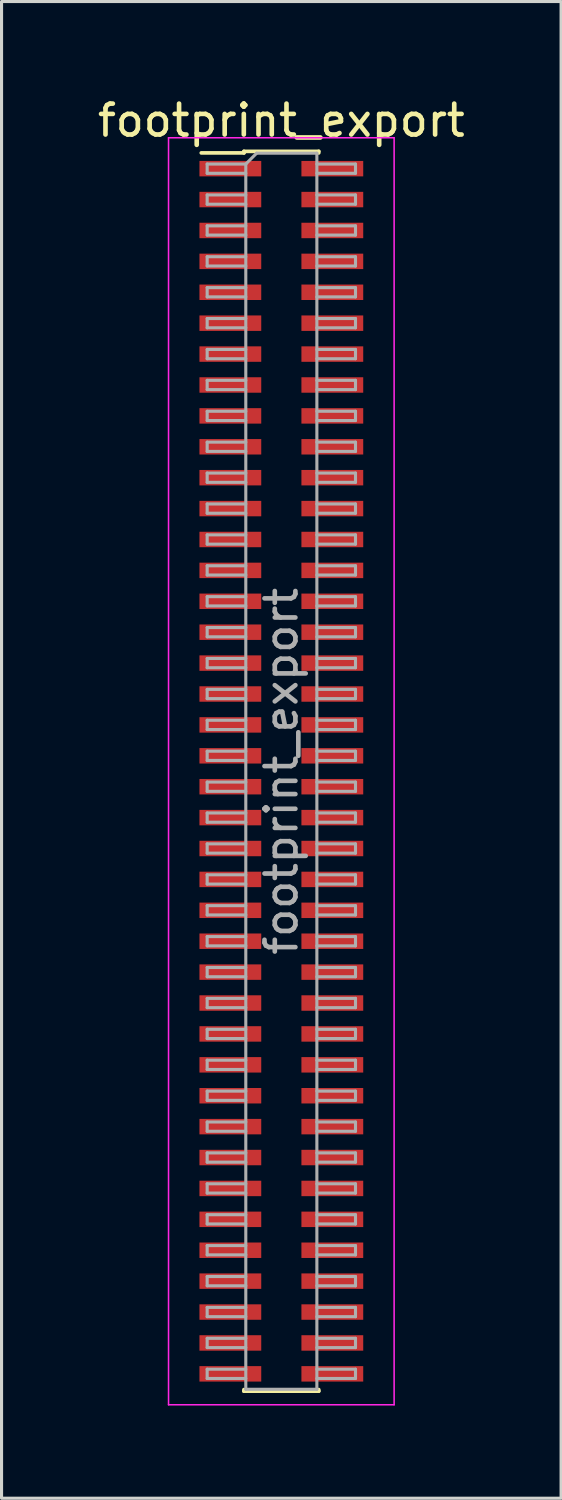
<source format=kicad_pcb>
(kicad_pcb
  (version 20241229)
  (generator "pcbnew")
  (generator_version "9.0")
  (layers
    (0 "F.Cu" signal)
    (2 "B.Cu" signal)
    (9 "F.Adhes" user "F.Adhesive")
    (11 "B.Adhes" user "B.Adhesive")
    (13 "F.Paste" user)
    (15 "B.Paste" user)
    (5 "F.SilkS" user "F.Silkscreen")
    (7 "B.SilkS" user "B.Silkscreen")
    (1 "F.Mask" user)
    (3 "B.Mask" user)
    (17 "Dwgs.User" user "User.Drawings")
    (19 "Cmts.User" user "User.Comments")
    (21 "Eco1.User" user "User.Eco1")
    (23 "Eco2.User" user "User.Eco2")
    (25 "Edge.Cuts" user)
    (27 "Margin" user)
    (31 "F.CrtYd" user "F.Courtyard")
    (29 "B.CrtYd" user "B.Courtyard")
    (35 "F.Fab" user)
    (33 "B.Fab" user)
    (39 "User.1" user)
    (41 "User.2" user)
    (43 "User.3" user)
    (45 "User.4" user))
  (footprint "footprint_export"
    (layer "F.Cu")
    (at 6.054 21.908)
    (property "Reference" "footprint_export" (at 0 -21.06 0) (layer "F.SilkS") (effects (font (size 1 1) (thickness 0.15))))
    (attr smd)
    (fp_line (start -2.59 -20.01) (end -1.21 -20.01) (stroke (width 0.12) (type solid)) (layer "F.SilkS"))
    (fp_line (start -1.21 -20.06) (end -1.21 -20.01) (stroke (width 0.12) (type solid)) (layer "F.SilkS"))
    (fp_line (start -1.21 -20.06) (end 1.21 -20.06) (stroke (width 0.12) (type solid)) (layer "F.SilkS"))
    (fp_line (start -1.21 20.01) (end -1.21 20.06) (stroke (width 0.12) (type solid)) (layer "F.SilkS"))
    (fp_line (start -1.21 20.06) (end 1.21 20.06) (stroke (width 0.12) (type solid)) (layer "F.SilkS"))
    (fp_line (start 1.21 -20.06) (end 1.21 -20.01) (stroke (width 0.12) (type solid)) (layer "F.SilkS"))
    (fp_line (start 1.21 20.01) (end 1.21 20.06) (stroke (width 0.12) (type solid)) (layer "F.SilkS"))
    (fp_line (start -3.65 -20.5) (end -3.65 20.5) (stroke (width 0.05) (type solid)) (layer "F.CrtYd"))
    (fp_line (start -3.65 20.5) (end 3.65 20.5) (stroke (width 0.05) (type solid)) (layer "F.CrtYd"))
    (fp_line (start 3.65 -20.5) (end -3.65 -20.5) (stroke (width 0.05) (type solid)) (layer "F.CrtYd"))
    (fp_line (start 3.65 20.5) (end 3.65 -20.5) (stroke (width 0.05) (type solid)) (layer "F.CrtYd"))
    (fp_line (start -2.4 -19.65) (end -2.4 -19.35) (stroke (width 0.1) (type solid)) (layer "F.Fab"))
    (fp_line (start -2.4 -19.35) (end -1.15 -19.35) (stroke (width 0.1) (type solid)) (layer "F.Fab"))
    (fp_line (start -2.4 -18.65) (end -2.4 -18.35) (stroke (width 0.1) (type solid)) (layer "F.Fab"))
    (fp_line (start -2.4 -18.35) (end -1.15 -18.35) (stroke (width 0.1) (type solid)) (layer "F.Fab"))
    (fp_line (start -2.4 -17.65) (end -2.4 -17.35) (stroke (width 0.1) (type solid)) (layer "F.Fab"))
    (fp_line (start -2.4 -17.35) (end -1.15 -17.35) (stroke (width 0.1) (type solid)) (layer "F.Fab"))
    (fp_line (start -2.4 -16.65) (end -2.4 -16.35) (stroke (width 0.1) (type solid)) (layer "F.Fab"))
    (fp_line (start -2.4 -16.35) (end -1.15 -16.35) (stroke (width 0.1) (type solid)) (layer "F.Fab"))
    (fp_line (start -2.4 -15.65) (end -2.4 -15.35) (stroke (width 0.1) (type solid)) (layer "F.Fab"))
    (fp_line (start -2.4 -15.35) (end -1.15 -15.35) (stroke (width 0.1) (type solid)) (layer "F.Fab"))
    (fp_line (start -2.4 -14.65) (end -2.4 -14.35) (stroke (width 0.1) (type solid)) (layer "F.Fab"))
    (fp_line (start -2.4 -14.35) (end -1.15 -14.35) (stroke (width 0.1) (type solid)) (layer "F.Fab"))
    (fp_line (start -2.4 -13.65) (end -2.4 -13.35) (stroke (width 0.1) (type solid)) (layer "F.Fab"))
    (fp_line (start -2.4 -13.35) (end -1.15 -13.35) (stroke (width 0.1) (type solid)) (layer "F.Fab"))
    (fp_line (start -2.4 -12.65) (end -2.4 -12.35) (stroke (width 0.1) (type solid)) (layer "F.Fab"))
    (fp_line (start -2.4 -12.35) (end -1.15 -12.35) (stroke (width 0.1) (type solid)) (layer "F.Fab"))
    (fp_line (start -2.4 -11.65) (end -2.4 -11.35) (stroke (width 0.1) (type solid)) (layer "F.Fab"))
    (fp_line (start -2.4 -11.35) (end -1.15 -11.35) (stroke (width 0.1) (type solid)) (layer "F.Fab"))
    (fp_line (start -2.4 -10.65) (end -2.4 -10.35) (stroke (width 0.1) (type solid)) (layer "F.Fab"))
    (fp_line (start -2.4 -10.35) (end -1.15 -10.35) (stroke (width 0.1) (type solid)) (layer "F.Fab"))
    (fp_line (start -2.4 -9.65) (end -2.4 -9.35) (stroke (width 0.1) (type solid)) (layer "F.Fab"))
    (fp_line (start -2.4 -9.35) (end -1.15 -9.35) (stroke (width 0.1) (type solid)) (layer "F.Fab"))
    (fp_line (start -2.4 -8.65) (end -2.4 -8.35) (stroke (width 0.1) (type solid)) (layer "F.Fab"))
    (fp_line (start -2.4 -8.35) (end -1.15 -8.35) (stroke (width 0.1) (type solid)) (layer "F.Fab"))
    (fp_line (start -2.4 -7.65) (end -2.4 -7.35) (stroke (width 0.1) (type solid)) (layer "F.Fab"))
    (fp_line (start -2.4 -7.35) (end -1.15 -7.35) (stroke (width 0.1) (type solid)) (layer "F.Fab"))
    (fp_line (start -2.4 -6.65) (end -2.4 -6.35) (stroke (width 0.1) (type solid)) (layer "F.Fab"))
    (fp_line (start -2.4 -6.35) (end -1.15 -6.35) (stroke (width 0.1) (type solid)) (layer "F.Fab"))
    (fp_line (start -2.4 -5.65) (end -2.4 -5.35) (stroke (width 0.1) (type solid)) (layer "F.Fab"))
    (fp_line (start -2.4 -5.35) (end -1.15 -5.35) (stroke (width 0.1) (type solid)) (layer "F.Fab"))
    (fp_line (start -2.4 -4.65) (end -2.4 -4.35) (stroke (width 0.1) (type solid)) (layer "F.Fab"))
    (fp_line (start -2.4 -4.35) (end -1.15 -4.35) (stroke (width 0.1) (type solid)) (layer "F.Fab"))
    (fp_line (start -2.4 -3.65) (end -2.4 -3.35) (stroke (width 0.1) (type solid)) (layer "F.Fab"))
    (fp_line (start -2.4 -3.35) (end -1.15 -3.35) (stroke (width 0.1) (type solid)) (layer "F.Fab"))
    (fp_line (start -2.4 -2.65) (end -2.4 -2.35) (stroke (width 0.1) (type solid)) (layer "F.Fab"))
    (fp_line (start -2.4 -2.35) (end -1.15 -2.35) (stroke (width 0.1) (type solid)) (layer "F.Fab"))
    (fp_line (start -2.4 -1.65) (end -2.4 -1.35) (stroke (width 0.1) (type solid)) (layer "F.Fab"))
    (fp_line (start -2.4 -1.35) (end -1.15 -1.35) (stroke (width 0.1) (type solid)) (layer "F.Fab"))
    (fp_line (start -2.4 -0.65) (end -2.4 -0.35) (stroke (width 0.1) (type solid)) (layer "F.Fab"))
    (fp_line (start -2.4 -0.35) (end -1.15 -0.35) (stroke (width 0.1) (type solid)) (layer "F.Fab"))
    (fp_line (start -2.4 0.35) (end -2.4 0.65) (stroke (width 0.1) (type solid)) (layer "F.Fab"))
    (fp_line (start -2.4 0.65) (end -1.15 0.65) (stroke (width 0.1) (type solid)) (layer "F.Fab"))
    (fp_line (start -2.4 1.35) (end -2.4 1.65) (stroke (width 0.1) (type solid)) (layer "F.Fab"))
    (fp_line (start -2.4 1.65) (end -1.15 1.65) (stroke (width 0.1) (type solid)) (layer "F.Fab"))
    (fp_line (start -2.4 2.35) (end -2.4 2.65) (stroke (width 0.1) (type solid)) (layer "F.Fab"))
    (fp_line (start -2.4 2.65) (end -1.15 2.65) (stroke (width 0.1) (type solid)) (layer "F.Fab"))
    (fp_line (start -2.4 3.35) (end -2.4 3.65) (stroke (width 0.1) (type solid)) (layer "F.Fab"))
    (fp_line (start -2.4 3.65) (end -1.15 3.65) (stroke (width 0.1) (type solid)) (layer "F.Fab"))
    (fp_line (start -2.4 4.35) (end -2.4 4.65) (stroke (width 0.1) (type solid)) (layer "F.Fab"))
    (fp_line (start -2.4 4.65) (end -1.15 4.65) (stroke (width 0.1) (type solid)) (layer "F.Fab"))
    (fp_line (start -2.4 5.35) (end -2.4 5.65) (stroke (width 0.1) (type solid)) (layer "F.Fab"))
    (fp_line (start -2.4 5.65) (end -1.15 5.65) (stroke (width 0.1) (type solid)) (layer "F.Fab"))
    (fp_line (start -2.4 6.35) (end -2.4 6.65) (stroke (width 0.1) (type solid)) (layer "F.Fab"))
    (fp_line (start -2.4 6.65) (end -1.15 6.65) (stroke (width 0.1) (type solid)) (layer "F.Fab"))
    (fp_line (start -2.4 7.35) (end -2.4 7.65) (stroke (width 0.1) (type solid)) (layer "F.Fab"))
    (fp_line (start -2.4 7.65) (end -1.15 7.65) (stroke (width 0.1) (type solid)) (layer "F.Fab"))
    (fp_line (start -2.4 8.35) (end -2.4 8.65) (stroke (width 0.1) (type solid)) (layer "F.Fab"))
    (fp_line (start -2.4 8.65) (end -1.15 8.65) (stroke (width 0.1) (type solid)) (layer "F.Fab"))
    (fp_line (start -2.4 9.35) (end -2.4 9.65) (stroke (width 0.1) (type solid)) (layer "F.Fab"))
    (fp_line (start -2.4 9.65) (end -1.15 9.65) (stroke (width 0.1) (type solid)) (layer "F.Fab"))
    (fp_line (start -2.4 10.35) (end -2.4 10.65) (stroke (width 0.1) (type solid)) (layer "F.Fab"))
    (fp_line (start -2.4 10.65) (end -1.15 10.65) (stroke (width 0.1) (type solid)) (layer "F.Fab"))
    (fp_line (start -2.4 11.35) (end -2.4 11.65) (stroke (width 0.1) (type solid)) (layer "F.Fab"))
    (fp_line (start -2.4 11.65) (end -1.15 11.65) (stroke (width 0.1) (type solid)) (layer "F.Fab"))
    (fp_line (start -2.4 12.35) (end -2.4 12.65) (stroke (width 0.1) (type solid)) (layer "F.Fab"))
    (fp_line (start -2.4 12.65) (end -1.15 12.65) (stroke (width 0.1) (type solid)) (layer "F.Fab"))
    (fp_line (start -2.4 13.35) (end -2.4 13.65) (stroke (width 0.1) (type solid)) (layer "F.Fab"))
    (fp_line (start -2.4 13.65) (end -1.15 13.65) (stroke (width 0.1) (type solid)) (layer "F.Fab"))
    (fp_line (start -2.4 14.35) (end -2.4 14.65) (stroke (width 0.1) (type solid)) (layer "F.Fab"))
    (fp_line (start -2.4 14.65) (end -1.15 14.65) (stroke (width 0.1) (type solid)) (layer "F.Fab"))
    (fp_line (start -2.4 15.35) (end -2.4 15.65) (stroke (width 0.1) (type solid)) (layer "F.Fab"))
    (fp_line (start -2.4 15.65) (end -1.15 15.65) (stroke (width 0.1) (type solid)) (layer "F.Fab"))
    (fp_line (start -2.4 16.35) (end -2.4 16.65) (stroke (width 0.1) (type solid)) (layer "F.Fab"))
    (fp_line (start -2.4 16.65) (end -1.15 16.65) (stroke (width 0.1) (type solid)) (layer "F.Fab"))
    (fp_line (start -2.4 17.35) (end -2.4 17.65) (stroke (width 0.1) (type solid)) (layer "F.Fab"))
    (fp_line (start -2.4 17.65) (end -1.15 17.65) (stroke (width 0.1) (type solid)) (layer "F.Fab"))
    (fp_line (start -2.4 18.35) (end -2.4 18.65) (stroke (width 0.1) (type solid)) (layer "F.Fab"))
    (fp_line (start -2.4 18.65) (end -1.15 18.65) (stroke (width 0.1) (type solid)) (layer "F.Fab"))
    (fp_line (start -2.4 19.35) (end -2.4 19.65) (stroke (width 0.1) (type solid)) (layer "F.Fab"))
    (fp_line (start -2.4 19.65) (end -1.15 19.65) (stroke (width 0.1) (type solid)) (layer "F.Fab"))
    (fp_line (start -1.15 -19.65) (end -2.4 -19.65) (stroke (width 0.1) (type solid)) (layer "F.Fab"))
    (fp_line (start -1.15 -19.65) (end -0.8 -20) (stroke (width 0.1) (type solid)) (layer "F.Fab"))
    (fp_line (start -1.15 -18.65) (end -2.4 -18.65) (stroke (width 0.1) (type solid)) (layer "F.Fab"))
    (fp_line (start -1.15 -17.65) (end -2.4 -17.65) (stroke (width 0.1) (type solid)) (layer "F.Fab"))
    (fp_line (start -1.15 -16.65) (end -2.4 -16.65) (stroke (width 0.1) (type solid)) (layer "F.Fab"))
    (fp_line (start -1.15 -15.65) (end -2.4 -15.65) (stroke (width 0.1) (type solid)) (layer "F.Fab"))
    (fp_line (start -1.15 -14.65) (end -2.4 -14.65) (stroke (width 0.1) (type solid)) (layer "F.Fab"))
    (fp_line (start -1.15 -13.65) (end -2.4 -13.65) (stroke (width 0.1) (type solid)) (layer "F.Fab"))
    (fp_line (start -1.15 -12.65) (end -2.4 -12.65) (stroke (width 0.1) (type solid)) (layer "F.Fab"))
    (fp_line (start -1.15 -11.65) (end -2.4 -11.65) (stroke (width 0.1) (type solid)) (layer "F.Fab"))
    (fp_line (start -1.15 -10.65) (end -2.4 -10.65) (stroke (width 0.1) (type solid)) (layer "F.Fab"))
    (fp_line (start -1.15 -9.65) (end -2.4 -9.65) (stroke (width 0.1) (type solid)) (layer "F.Fab"))
    (fp_line (start -1.15 -8.65) (end -2.4 -8.65) (stroke (width 0.1) (type solid)) (layer "F.Fab"))
    (fp_line (start -1.15 -7.65) (end -2.4 -7.65) (stroke (width 0.1) (type solid)) (layer "F.Fab"))
    (fp_line (start -1.15 -6.65) (end -2.4 -6.65) (stroke (width 0.1) (type solid)) (layer "F.Fab"))
    (fp_line (start -1.15 -5.65) (end -2.4 -5.65) (stroke (width 0.1) (type solid)) (layer "F.Fab"))
    (fp_line (start -1.15 -4.65) (end -2.4 -4.65) (stroke (width 0.1) (type solid)) (layer "F.Fab"))
    (fp_line (start -1.15 -3.65) (end -2.4 -3.65) (stroke (width 0.1) (type solid)) (layer "F.Fab"))
    (fp_line (start -1.15 -2.65) (end -2.4 -2.65) (stroke (width 0.1) (type solid)) (layer "F.Fab"))
    (fp_line (start -1.15 -1.65) (end -2.4 -1.65) (stroke (width 0.1) (type solid)) (layer "F.Fab"))
    (fp_line (start -1.15 -0.65) (end -2.4 -0.65) (stroke (width 0.1) (type solid)) (layer "F.Fab"))
    (fp_line (start -1.15 0.35) (end -2.4 0.35) (stroke (width 0.1) (type solid)) (layer "F.Fab"))
    (fp_line (start -1.15 1.35) (end -2.4 1.35) (stroke (width 0.1) (type solid)) (layer "F.Fab"))
    (fp_line (start -1.15 2.35) (end -2.4 2.35) (stroke (width 0.1) (type solid)) (layer "F.Fab"))
    (fp_line (start -1.15 3.35) (end -2.4 3.35) (stroke (width 0.1) (type solid)) (layer "F.Fab"))
    (fp_line (start -1.15 4.35) (end -2.4 4.35) (stroke (width 0.1) (type solid)) (layer "F.Fab"))
    (fp_line (start -1.15 5.35) (end -2.4 5.35) (stroke (width 0.1) (type solid)) (layer "F.Fab"))
    (fp_line (start -1.15 6.35) (end -2.4 6.35) (stroke (width 0.1) (type solid)) (layer "F.Fab"))
    (fp_line (start -1.15 7.35) (end -2.4 7.35) (stroke (width 0.1) (type solid)) (layer "F.Fab"))
    (fp_line (start -1.15 8.35) (end -2.4 8.35) (stroke (width 0.1) (type solid)) (layer "F.Fab"))
    (fp_line (start -1.15 9.35) (end -2.4 9.35) (stroke (width 0.1) (type solid)) (layer "F.Fab"))
    (fp_line (start -1.15 10.35) (end -2.4 10.35) (stroke (width 0.1) (type solid)) (layer "F.Fab"))
    (fp_line (start -1.15 11.35) (end -2.4 11.35) (stroke (width 0.1) (type solid)) (layer "F.Fab"))
    (fp_line (start -1.15 12.35) (end -2.4 12.35) (stroke (width 0.1) (type solid)) (layer "F.Fab"))
    (fp_line (start -1.15 13.35) (end -2.4 13.35) (stroke (width 0.1) (type solid)) (layer "F.Fab"))
    (fp_line (start -1.15 14.35) (end -2.4 14.35) (stroke (width 0.1) (type solid)) (layer "F.Fab"))
    (fp_line (start -1.15 15.35) (end -2.4 15.35) (stroke (width 0.1) (type solid)) (layer "F.Fab"))
    (fp_line (start -1.15 16.35) (end -2.4 16.35) (stroke (width 0.1) (type solid)) (layer "F.Fab"))
    (fp_line (start -1.15 17.35) (end -2.4 17.35) (stroke (width 0.1) (type solid)) (layer "F.Fab"))
    (fp_line (start -1.15 18.35) (end -2.4 18.35) (stroke (width 0.1) (type solid)) (layer "F.Fab"))
    (fp_line (start -1.15 19.35) (end -2.4 19.35) (stroke (width 0.1) (type solid)) (layer "F.Fab"))
    (fp_line (start -1.15 20) (end -1.15 -19.65) (stroke (width 0.1) (type solid)) (layer "F.Fab"))
    (fp_line (start -0.8 -20) (end 1.15 -20) (stroke (width 0.1) (type solid)) (layer "F.Fab"))
    (fp_line (start 1.15 -20) (end 1.15 20) (stroke (width 0.1) (type solid)) (layer "F.Fab"))
    (fp_line (start 1.15 -19.65) (end 2.4 -19.65) (stroke (width 0.1) (type solid)) (layer "F.Fab"))
    (fp_line (start 1.15 -18.65) (end 2.4 -18.65) (stroke (width 0.1) (type solid)) (layer "F.Fab"))
    (fp_line (start 1.15 -17.65) (end 2.4 -17.65) (stroke (width 0.1) (type solid)) (layer "F.Fab"))
    (fp_line (start 1.15 -16.65) (end 2.4 -16.65) (stroke (width 0.1) (type solid)) (layer "F.Fab"))
    (fp_line (start 1.15 -15.65) (end 2.4 -15.65) (stroke (width 0.1) (type solid)) (layer "F.Fab"))
    (fp_line (start 1.15 -14.65) (end 2.4 -14.65) (stroke (width 0.1) (type solid)) (layer "F.Fab"))
    (fp_line (start 1.15 -13.65) (end 2.4 -13.65) (stroke (width 0.1) (type solid)) (layer "F.Fab"))
    (fp_line (start 1.15 -12.65) (end 2.4 -12.65) (stroke (width 0.1) (type solid)) (layer "F.Fab"))
    (fp_line (start 1.15 -11.65) (end 2.4 -11.65) (stroke (width 0.1) (type solid)) (layer "F.Fab"))
    (fp_line (start 1.15 -10.65) (end 2.4 -10.65) (stroke (width 0.1) (type solid)) (layer "F.Fab"))
    (fp_line (start 1.15 -9.65) (end 2.4 -9.65) (stroke (width 0.1) (type solid)) (layer "F.Fab"))
    (fp_line (start 1.15 -8.65) (end 2.4 -8.65) (stroke (width 0.1) (type solid)) (layer "F.Fab"))
    (fp_line (start 1.15 -7.65) (end 2.4 -7.65) (stroke (width 0.1) (type solid)) (layer "F.Fab"))
    (fp_line (start 1.15 -6.65) (end 2.4 -6.65) (stroke (width 0.1) (type solid)) (layer "F.Fab"))
    (fp_line (start 1.15 -5.65) (end 2.4 -5.65) (stroke (width 0.1) (type solid)) (layer "F.Fab"))
    (fp_line (start 1.15 -4.65) (end 2.4 -4.65) (stroke (width 0.1) (type solid)) (layer "F.Fab"))
    (fp_line (start 1.15 -3.65) (end 2.4 -3.65) (stroke (width 0.1) (type solid)) (layer "F.Fab"))
    (fp_line (start 1.15 -2.65) (end 2.4 -2.65) (stroke (width 0.1) (type solid)) (layer "F.Fab"))
    (fp_line (start 1.15 -1.65) (end 2.4 -1.65) (stroke (width 0.1) (type solid)) (layer "F.Fab"))
    (fp_line (start 1.15 -0.65) (end 2.4 -0.65) (stroke (width 0.1) (type solid)) (layer "F.Fab"))
    (fp_line (start 1.15 0.35) (end 2.4 0.35) (stroke (width 0.1) (type solid)) (layer "F.Fab"))
    (fp_line (start 1.15 1.35) (end 2.4 1.35) (stroke (width 0.1) (type solid)) (layer "F.Fab"))
    (fp_line (start 1.15 2.35) (end 2.4 2.35) (stroke (width 0.1) (type solid)) (layer "F.Fab"))
    (fp_line (start 1.15 3.35) (end 2.4 3.35) (stroke (width 0.1) (type solid)) (layer "F.Fab"))
    (fp_line (start 1.15 4.35) (end 2.4 4.35) (stroke (width 0.1) (type solid)) (layer "F.Fab"))
    (fp_line (start 1.15 5.35) (end 2.4 5.35) (stroke (width 0.1) (type solid)) (layer "F.Fab"))
    (fp_line (start 1.15 6.35) (end 2.4 6.35) (stroke (width 0.1) (type solid)) (layer "F.Fab"))
    (fp_line (start 1.15 7.35) (end 2.4 7.35) (stroke (width 0.1) (type solid)) (layer "F.Fab"))
    (fp_line (start 1.15 8.35) (end 2.4 8.35) (stroke (width 0.1) (type solid)) (layer "F.Fab"))
    (fp_line (start 1.15 9.35) (end 2.4 9.35) (stroke (width 0.1) (type solid)) (layer "F.Fab"))
    (fp_line (start 1.15 10.35) (end 2.4 10.35) (stroke (width 0.1) (type solid)) (layer "F.Fab"))
    (fp_line (start 1.15 11.35) (end 2.4 11.35) (stroke (width 0.1) (type solid)) (layer "F.Fab"))
    (fp_line (start 1.15 12.35) (end 2.4 12.35) (stroke (width 0.1) (type solid)) (layer "F.Fab"))
    (fp_line (start 1.15 13.35) (end 2.4 13.35) (stroke (width 0.1) (type solid)) (layer "F.Fab"))
    (fp_line (start 1.15 14.35) (end 2.4 14.35) (stroke (width 0.1) (type solid)) (layer "F.Fab"))
    (fp_line (start 1.15 15.35) (end 2.4 15.35) (stroke (width 0.1) (type solid)) (layer "F.Fab"))
    (fp_line (start 1.15 16.35) (end 2.4 16.35) (stroke (width 0.1) (type solid)) (layer "F.Fab"))
    (fp_line (start 1.15 17.35) (end 2.4 17.35) (stroke (width 0.1) (type solid)) (layer "F.Fab"))
    (fp_line (start 1.15 18.35) (end 2.4 18.35) (stroke (width 0.1) (type solid)) (layer "F.Fab"))
    (fp_line (start 1.15 19.35) (end 2.4 19.35) (stroke (width 0.1) (type solid)) (layer "F.Fab"))
    (fp_line (start 1.15 20) (end -1.15 20) (stroke (width 0.1) (type solid)) (layer "F.Fab"))
    (fp_line (start 2.4 -19.65) (end 2.4 -19.35) (stroke (width 0.1) (type solid)) (layer "F.Fab"))
    (fp_line (start 2.4 -19.35) (end 1.15 -19.35) (stroke (width 0.1) (type solid)) (layer "F.Fab"))
    (fp_line (start 2.4 -18.65) (end 2.4 -18.35) (stroke (width 0.1) (type solid)) (layer "F.Fab"))
    (fp_line (start 2.4 -18.35) (end 1.15 -18.35) (stroke (width 0.1) (type solid)) (layer "F.Fab"))
    (fp_line (start 2.4 -17.65) (end 2.4 -17.35) (stroke (width 0.1) (type solid)) (layer "F.Fab"))
    (fp_line (start 2.4 -17.35) (end 1.15 -17.35) (stroke (width 0.1) (type solid)) (layer "F.Fab"))
    (fp_line (start 2.4 -16.65) (end 2.4 -16.35) (stroke (width 0.1) (type solid)) (layer "F.Fab"))
    (fp_line (start 2.4 -16.35) (end 1.15 -16.35) (stroke (width 0.1) (type solid)) (layer "F.Fab"))
    (fp_line (start 2.4 -15.65) (end 2.4 -15.35) (stroke (width 0.1) (type solid)) (layer "F.Fab"))
    (fp_line (start 2.4 -15.35) (end 1.15 -15.35) (stroke (width 0.1) (type solid)) (layer "F.Fab"))
    (fp_line (start 2.4 -14.65) (end 2.4 -14.35) (stroke (width 0.1) (type solid)) (layer "F.Fab"))
    (fp_line (start 2.4 -14.35) (end 1.15 -14.35) (stroke (width 0.1) (type solid)) (layer "F.Fab"))
    (fp_line (start 2.4 -13.65) (end 2.4 -13.35) (stroke (width 0.1) (type solid)) (layer "F.Fab"))
    (fp_line (start 2.4 -13.35) (end 1.15 -13.35) (stroke (width 0.1) (type solid)) (layer "F.Fab"))
    (fp_line (start 2.4 -12.65) (end 2.4 -12.35) (stroke (width 0.1) (type solid)) (layer "F.Fab"))
    (fp_line (start 2.4 -12.35) (end 1.15 -12.35) (stroke (width 0.1) (type solid)) (layer "F.Fab"))
    (fp_line (start 2.4 -11.65) (end 2.4 -11.35) (stroke (width 0.1) (type solid)) (layer "F.Fab"))
    (fp_line (start 2.4 -11.35) (end 1.15 -11.35) (stroke (width 0.1) (type solid)) (layer "F.Fab"))
    (fp_line (start 2.4 -10.65) (end 2.4 -10.35) (stroke (width 0.1) (type solid)) (layer "F.Fab"))
    (fp_line (start 2.4 -10.35) (end 1.15 -10.35) (stroke (width 0.1) (type solid)) (layer "F.Fab"))
    (fp_line (start 2.4 -9.65) (end 2.4 -9.35) (stroke (width 0.1) (type solid)) (layer "F.Fab"))
    (fp_line (start 2.4 -9.35) (end 1.15 -9.35) (stroke (width 0.1) (type solid)) (layer "F.Fab"))
    (fp_line (start 2.4 -8.65) (end 2.4 -8.35) (stroke (width 0.1) (type solid)) (layer "F.Fab"))
    (fp_line (start 2.4 -8.35) (end 1.15 -8.35) (stroke (width 0.1) (type solid)) (layer "F.Fab"))
    (fp_line (start 2.4 -7.65) (end 2.4 -7.35) (stroke (width 0.1) (type solid)) (layer "F.Fab"))
    (fp_line (start 2.4 -7.35) (end 1.15 -7.35) (stroke (width 0.1) (type solid)) (layer "F.Fab"))
    (fp_line (start 2.4 -6.65) (end 2.4 -6.35) (stroke (width 0.1) (type solid)) (layer "F.Fab"))
    (fp_line (start 2.4 -6.35) (end 1.15 -6.35) (stroke (width 0.1) (type solid)) (layer "F.Fab"))
    (fp_line (start 2.4 -5.65) (end 2.4 -5.35) (stroke (width 0.1) (type solid)) (layer "F.Fab"))
    (fp_line (start 2.4 -5.35) (end 1.15 -5.35) (stroke (width 0.1) (type solid)) (layer "F.Fab"))
    (fp_line (start 2.4 -4.65) (end 2.4 -4.35) (stroke (width 0.1) (type solid)) (layer "F.Fab"))
    (fp_line (start 2.4 -4.35) (end 1.15 -4.35) (stroke (width 0.1) (type solid)) (layer "F.Fab"))
    (fp_line (start 2.4 -3.65) (end 2.4 -3.35) (stroke (width 0.1) (type solid)) (layer "F.Fab"))
    (fp_line (start 2.4 -3.35) (end 1.15 -3.35) (stroke (width 0.1) (type solid)) (layer "F.Fab"))
    (fp_line (start 2.4 -2.65) (end 2.4 -2.35) (stroke (width 0.1) (type solid)) (layer "F.Fab"))
    (fp_line (start 2.4 -2.35) (end 1.15 -2.35) (stroke (width 0.1) (type solid)) (layer "F.Fab"))
    (fp_line (start 2.4 -1.65) (end 2.4 -1.35) (stroke (width 0.1) (type solid)) (layer "F.Fab"))
    (fp_line (start 2.4 -1.35) (end 1.15 -1.35) (stroke (width 0.1) (type solid)) (layer "F.Fab"))
    (fp_line (start 2.4 -0.65) (end 2.4 -0.35) (stroke (width 0.1) (type solid)) (layer "F.Fab"))
    (fp_line (start 2.4 -0.35) (end 1.15 -0.35) (stroke (width 0.1) (type solid)) (layer "F.Fab"))
    (fp_line (start 2.4 0.35) (end 2.4 0.65) (stroke (width 0.1) (type solid)) (layer "F.Fab"))
    (fp_line (start 2.4 0.65) (end 1.15 0.65) (stroke (width 0.1) (type solid)) (layer "F.Fab"))
    (fp_line (start 2.4 1.35) (end 2.4 1.65) (stroke (width 0.1) (type solid)) (layer "F.Fab"))
    (fp_line (start 2.4 1.65) (end 1.15 1.65) (stroke (width 0.1) (type solid)) (layer "F.Fab"))
    (fp_line (start 2.4 2.35) (end 2.4 2.65) (stroke (width 0.1) (type solid)) (layer "F.Fab"))
    (fp_line (start 2.4 2.65) (end 1.15 2.65) (stroke (width 0.1) (type solid)) (layer "F.Fab"))
    (fp_line (start 2.4 3.35) (end 2.4 3.65) (stroke (width 0.1) (type solid)) (layer "F.Fab"))
    (fp_line (start 2.4 3.65) (end 1.15 3.65) (stroke (width 0.1) (type solid)) (layer "F.Fab"))
    (fp_line (start 2.4 4.35) (end 2.4 4.65) (stroke (width 0.1) (type solid)) (layer "F.Fab"))
    (fp_line (start 2.4 4.65) (end 1.15 4.65) (stroke (width 0.1) (type solid)) (layer "F.Fab"))
    (fp_line (start 2.4 5.35) (end 2.4 5.65) (stroke (width 0.1) (type solid)) (layer "F.Fab"))
    (fp_line (start 2.4 5.65) (end 1.15 5.65) (stroke (width 0.1) (type solid)) (layer "F.Fab"))
    (fp_line (start 2.4 6.35) (end 2.4 6.65) (stroke (width 0.1) (type solid)) (layer "F.Fab"))
    (fp_line (start 2.4 6.65) (end 1.15 6.65) (stroke (width 0.1) (type solid)) (layer "F.Fab"))
    (fp_line (start 2.4 7.35) (end 2.4 7.65) (stroke (width 0.1) (type solid)) (layer "F.Fab"))
    (fp_line (start 2.4 7.65) (end 1.15 7.65) (stroke (width 0.1) (type solid)) (layer "F.Fab"))
    (fp_line (start 2.4 8.35) (end 2.4 8.65) (stroke (width 0.1) (type solid)) (layer "F.Fab"))
    (fp_line (start 2.4 8.65) (end 1.15 8.65) (stroke (width 0.1) (type solid)) (layer "F.Fab"))
    (fp_line (start 2.4 9.35) (end 2.4 9.65) (stroke (width 0.1) (type solid)) (layer "F.Fab"))
    (fp_line (start 2.4 9.65) (end 1.15 9.65) (stroke (width 0.1) (type solid)) (layer "F.Fab"))
    (fp_line (start 2.4 10.35) (end 2.4 10.65) (stroke (width 0.1) (type solid)) (layer "F.Fab"))
    (fp_line (start 2.4 10.65) (end 1.15 10.65) (stroke (width 0.1) (type solid)) (layer "F.Fab"))
    (fp_line (start 2.4 11.35) (end 2.4 11.65) (stroke (width 0.1) (type solid)) (layer "F.Fab"))
    (fp_line (start 2.4 11.65) (end 1.15 11.65) (stroke (width 0.1) (type solid)) (layer "F.Fab"))
    (fp_line (start 2.4 12.35) (end 2.4 12.65) (stroke (width 0.1) (type solid)) (layer "F.Fab"))
    (fp_line (start 2.4 12.65) (end 1.15 12.65) (stroke (width 0.1) (type solid)) (layer "F.Fab"))
    (fp_line (start 2.4 13.35) (end 2.4 13.65) (stroke (width 0.1) (type solid)) (layer "F.Fab"))
    (fp_line (start 2.4 13.65) (end 1.15 13.65) (stroke (width 0.1) (type solid)) (layer "F.Fab"))
    (fp_line (start 2.4 14.35) (end 2.4 14.65) (stroke (width 0.1) (type solid)) (layer "F.Fab"))
    (fp_line (start 2.4 14.65) (end 1.15 14.65) (stroke (width 0.1) (type solid)) (layer "F.Fab"))
    (fp_line (start 2.4 15.35) (end 2.4 15.65) (stroke (width 0.1) (type solid)) (layer "F.Fab"))
    (fp_line (start 2.4 15.65) (end 1.15 15.65) (stroke (width 0.1) (type solid)) (layer "F.Fab"))
    (fp_line (start 2.4 16.35) (end 2.4 16.65) (stroke (width 0.1) (type solid)) (layer "F.Fab"))
    (fp_line (start 2.4 16.65) (end 1.15 16.65) (stroke (width 0.1) (type solid)) (layer "F.Fab"))
    (fp_line (start 2.4 17.35) (end 2.4 17.65) (stroke (width 0.1) (type solid)) (layer "F.Fab"))
    (fp_line (start 2.4 17.65) (end 1.15 17.65) (stroke (width 0.1) (type solid)) (layer "F.Fab"))
    (fp_line (start 2.4 18.35) (end 2.4 18.65) (stroke (width 0.1) (type solid)) (layer "F.Fab"))
    (fp_line (start 2.4 18.65) (end 1.15 18.65) (stroke (width 0.1) (type solid)) (layer "F.Fab"))
    (fp_line (start 2.4 19.35) (end 2.4 19.65) (stroke (width 0.1) (type solid)) (layer "F.Fab"))
    (fp_line (start 2.4 19.65) (end 1.15 19.65) (stroke (width 0.1) (type solid)) (layer "F.Fab"))
    (fp_text user "${REFERENCE}" (at 0 0 90) (layer "F.Fab") (effects (font (size 1 1) (thickness 0.15))))
    (pad "1" smd rect (at -1.65 -19.5) (size 2 0.5) (layers "F.Cu" "F.Mask" "F.Paste"))
    (pad "2" smd rect (at 1.65 -19.5) (size 2 0.5) (layers "F.Cu" "F.Mask" "F.Paste"))
    (pad "3" smd rect (at -1.65 -18.5) (size 2 0.5) (layers "F.Cu" "F.Mask" "F.Paste"))
    (pad "4" smd rect (at 1.65 -18.5) (size 2 0.5) (layers "F.Cu" "F.Mask" "F.Paste"))
    (pad "5" smd rect (at -1.65 -17.5) (size 2 0.5) (layers "F.Cu" "F.Mask" "F.Paste"))
    (pad "6" smd rect (at 1.65 -17.5) (size 2 0.5) (layers "F.Cu" "F.Mask" "F.Paste"))
    (pad "7" smd rect (at -1.65 -16.5) (size 2 0.5) (layers "F.Cu" "F.Mask" "F.Paste"))
    (pad "8" smd rect (at 1.65 -16.5) (size 2 0.5) (layers "F.Cu" "F.Mask" "F.Paste"))
    (pad "9" smd rect (at -1.65 -15.5) (size 2 0.5) (layers "F.Cu" "F.Mask" "F.Paste"))
    (pad "10" smd rect (at 1.65 -15.5) (size 2 0.5) (layers "F.Cu" "F.Mask" "F.Paste"))
    (pad "11" smd rect (at -1.65 -14.5) (size 2 0.5) (layers "F.Cu" "F.Mask" "F.Paste"))
    (pad "12" smd rect (at 1.65 -14.5) (size 2 0.5) (layers "F.Cu" "F.Mask" "F.Paste"))
    (pad "13" smd rect (at -1.65 -13.5) (size 2 0.5) (layers "F.Cu" "F.Mask" "F.Paste"))
    (pad "14" smd rect (at 1.65 -13.5) (size 2 0.5) (layers "F.Cu" "F.Mask" "F.Paste"))
    (pad "15" smd rect (at -1.65 -12.5) (size 2 0.5) (layers "F.Cu" "F.Mask" "F.Paste"))
    (pad "16" smd rect (at 1.65 -12.5) (size 2 0.5) (layers "F.Cu" "F.Mask" "F.Paste"))
    (pad "17" smd rect (at -1.65 -11.5) (size 2 0.5) (layers "F.Cu" "F.Mask" "F.Paste"))
    (pad "18" smd rect (at 1.65 -11.5) (size 2 0.5) (layers "F.Cu" "F.Mask" "F.Paste"))
    (pad "19" smd rect (at -1.65 -10.5) (size 2 0.5) (layers "F.Cu" "F.Mask" "F.Paste"))
    (pad "20" smd rect (at 1.65 -10.5) (size 2 0.5) (layers "F.Cu" "F.Mask" "F.Paste"))
    (pad "21" smd rect (at -1.65 -9.5) (size 2 0.5) (layers "F.Cu" "F.Mask" "F.Paste"))
    (pad "22" smd rect (at 1.65 -9.5) (size 2 0.5) (layers "F.Cu" "F.Mask" "F.Paste"))
    (pad "23" smd rect (at -1.65 -8.5) (size 2 0.5) (layers "F.Cu" "F.Mask" "F.Paste"))
    (pad "24" smd rect (at 1.65 -8.5) (size 2 0.5) (layers "F.Cu" "F.Mask" "F.Paste"))
    (pad "25" smd rect (at -1.65 -7.5) (size 2 0.5) (layers "F.Cu" "F.Mask" "F.Paste"))
    (pad "26" smd rect (at 1.65 -7.5) (size 2 0.5) (layers "F.Cu" "F.Mask" "F.Paste"))
    (pad "27" smd rect (at -1.65 -6.5) (size 2 0.5) (layers "F.Cu" "F.Mask" "F.Paste"))
    (pad "28" smd rect (at 1.65 -6.5) (size 2 0.5) (layers "F.Cu" "F.Mask" "F.Paste"))
    (pad "29" smd rect (at -1.65 -5.5) (size 2 0.5) (layers "F.Cu" "F.Mask" "F.Paste"))
    (pad "30" smd rect (at 1.65 -5.5) (size 2 0.5) (layers "F.Cu" "F.Mask" "F.Paste"))
    (pad "31" smd rect (at -1.65 -4.5) (size 2 0.5) (layers "F.Cu" "F.Mask" "F.Paste"))
    (pad "32" smd rect (at 1.65 -4.5) (size 2 0.5) (layers "F.Cu" "F.Mask" "F.Paste"))
    (pad "33" smd rect (at -1.65 -3.5) (size 2 0.5) (layers "F.Cu" "F.Mask" "F.Paste"))
    (pad "34" smd rect (at 1.65 -3.5) (size 2 0.5) (layers "F.Cu" "F.Mask" "F.Paste"))
    (pad "35" smd rect (at -1.65 -2.5) (size 2 0.5) (layers "F.Cu" "F.Mask" "F.Paste"))
    (pad "36" smd rect (at 1.65 -2.5) (size 2 0.5) (layers "F.Cu" "F.Mask" "F.Paste"))
    (pad "37" smd rect (at -1.65 -1.5) (size 2 0.5) (layers "F.Cu" "F.Mask" "F.Paste"))
    (pad "38" smd rect (at 1.65 -1.5) (size 2 0.5) (layers "F.Cu" "F.Mask" "F.Paste"))
    (pad "39" smd rect (at -1.65 -0.5) (size 2 0.5) (layers "F.Cu" "F.Mask" "F.Paste"))
    (pad "40" smd rect (at 1.65 -0.5) (size 2 0.5) (layers "F.Cu" "F.Mask" "F.Paste"))
    (pad "41" smd rect (at -1.65 0.5) (size 2 0.5) (layers "F.Cu" "F.Mask" "F.Paste"))
    (pad "42" smd rect (at 1.65 0.5) (size 2 0.5) (layers "F.Cu" "F.Mask" "F.Paste"))
    (pad "43" smd rect (at -1.65 1.5) (size 2 0.5) (layers "F.Cu" "F.Mask" "F.Paste"))
    (pad "44" smd rect (at 1.65 1.5) (size 2 0.5) (layers "F.Cu" "F.Mask" "F.Paste"))
    (pad "45" smd rect (at -1.65 2.5) (size 2 0.5) (layers "F.Cu" "F.Mask" "F.Paste"))
    (pad "46" smd rect (at 1.65 2.5) (size 2 0.5) (layers "F.Cu" "F.Mask" "F.Paste"))
    (pad "47" smd rect (at -1.65 3.5) (size 2 0.5) (layers "F.Cu" "F.Mask" "F.Paste"))
    (pad "48" smd rect (at 1.65 3.5) (size 2 0.5) (layers "F.Cu" "F.Mask" "F.Paste"))
    (pad "49" smd rect (at -1.65 4.5) (size 2 0.5) (layers "F.Cu" "F.Mask" "F.Paste"))
    (pad "50" smd rect (at 1.65 4.5) (size 2 0.5) (layers "F.Cu" "F.Mask" "F.Paste"))
    (pad "51" smd rect (at -1.65 5.5) (size 2 0.5) (layers "F.Cu" "F.Mask" "F.Paste"))
    (pad "52" smd rect (at 1.65 5.5) (size 2 0.5) (layers "F.Cu" "F.Mask" "F.Paste"))
    (pad "53" smd rect (at -1.65 6.5) (size 2 0.5) (layers "F.Cu" "F.Mask" "F.Paste"))
    (pad "54" smd rect (at 1.65 6.5) (size 2 0.5) (layers "F.Cu" "F.Mask" "F.Paste"))
    (pad "55" smd rect (at -1.65 7.5) (size 2 0.5) (layers "F.Cu" "F.Mask" "F.Paste"))
    (pad "56" smd rect (at 1.65 7.5) (size 2 0.5) (layers "F.Cu" "F.Mask" "F.Paste"))
    (pad "57" smd rect (at -1.65 8.5) (size 2 0.5) (layers "F.Cu" "F.Mask" "F.Paste"))
    (pad "58" smd rect (at 1.65 8.5) (size 2 0.5) (layers "F.Cu" "F.Mask" "F.Paste"))
    (pad "59" smd rect (at -1.65 9.5) (size 2 0.5) (layers "F.Cu" "F.Mask" "F.Paste"))
    (pad "60" smd rect (at 1.65 9.5) (size 2 0.5) (layers "F.Cu" "F.Mask" "F.Paste"))
    (pad "61" smd rect (at -1.65 10.5) (size 2 0.5) (layers "F.Cu" "F.Mask" "F.Paste"))
    (pad "62" smd rect (at 1.65 10.5) (size 2 0.5) (layers "F.Cu" "F.Mask" "F.Paste"))
    (pad "63" smd rect (at -1.65 11.5) (size 2 0.5) (layers "F.Cu" "F.Mask" "F.Paste"))
    (pad "64" smd rect (at 1.65 11.5) (size 2 0.5) (layers "F.Cu" "F.Mask" "F.Paste"))
    (pad "65" smd rect (at -1.65 12.5) (size 2 0.5) (layers "F.Cu" "F.Mask" "F.Paste"))
    (pad "66" smd rect (at 1.65 12.5) (size 2 0.5) (layers "F.Cu" "F.Mask" "F.Paste"))
    (pad "67" smd rect (at -1.65 13.5) (size 2 0.5) (layers "F.Cu" "F.Mask" "F.Paste"))
    (pad "68" smd rect (at 1.65 13.5) (size 2 0.5) (layers "F.Cu" "F.Mask" "F.Paste"))
    (pad "69" smd rect (at -1.65 14.5) (size 2 0.5) (layers "F.Cu" "F.Mask" "F.Paste"))
    (pad "70" smd rect (at 1.65 14.5) (size 2 0.5) (layers "F.Cu" "F.Mask" "F.Paste"))
    (pad "71" smd rect (at -1.65 15.5) (size 2 0.5) (layers "F.Cu" "F.Mask" "F.Paste"))
    (pad "72" smd rect (at 1.65 15.5) (size 2 0.5) (layers "F.Cu" "F.Mask" "F.Paste"))
    (pad "73" smd rect (at -1.65 16.5) (size 2 0.5) (layers "F.Cu" "F.Mask" "F.Paste"))
    (pad "74" smd rect (at 1.65 16.5) (size 2 0.5) (layers "F.Cu" "F.Mask" "F.Paste"))
    (pad "75" smd rect (at -1.65 17.5) (size 2 0.5) (layers "F.Cu" "F.Mask" "F.Paste"))
    (pad "76" smd rect (at 1.65 17.5) (size 2 0.5) (layers "F.Cu" "F.Mask" "F.Paste"))
    (pad "77" smd rect (at -1.65 18.5) (size 2 0.5) (layers "F.Cu" "F.Mask" "F.Paste"))
    (pad "78" smd rect (at 1.65 18.5) (size 2 0.5) (layers "F.Cu" "F.Mask" "F.Paste"))
    (pad "79" smd rect (at -1.65 19.5) (size 2 0.5) (layers "F.Cu" "F.Mask" "F.Paste"))
    (pad "80" smd rect (at 1.65 19.5) (size 2 0.5) (layers "F.Cu" "F.Mask" "F.Paste")))
  (gr_rect
    (start -3 -3)
    (end 15.107 45.433)
    (stroke (width 0.1) (type default))
    (fill no)
    (layer "Edge.Cuts")))
</source>
